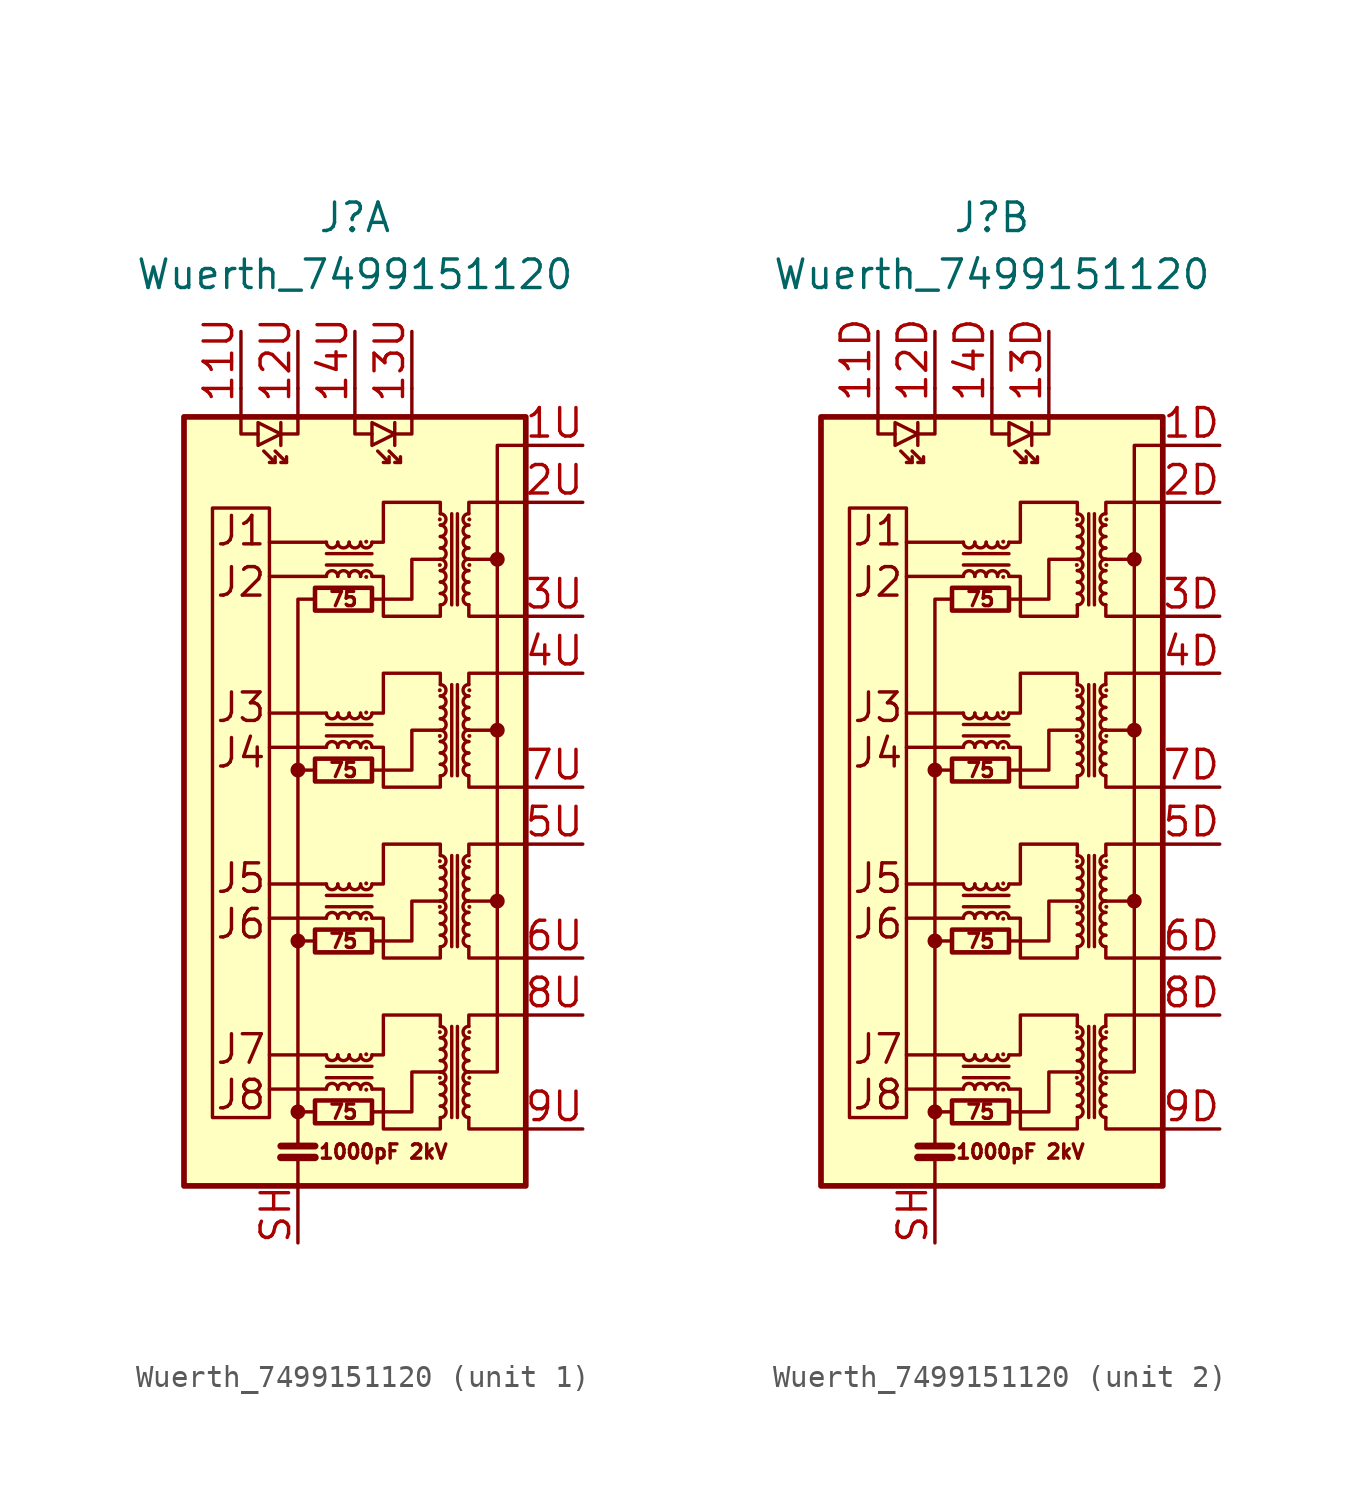
<source format=kicad_sym>
(kicad_symbol_lib
  (version 20200908)
  (generator kicad_symbol_editor)
  (symbol "Connector:Wuerth_7499151120"
    (pin_names
      (offset 0.025) hide)
    (property "Reference" "J"
      (at 0 25.4 0)
      (effects (font (size 1.27 1.27))))
    (property "Value" "Wuerth_7499151120"
      (at 0 22.86 0)
      (effects (font (size 1.27 1.27))))
    (property "ki_locked" ""
      (at 0 0 0)
      (effects (font (size 1.27 1.27))))
    (symbol "Wuerth_7499151120_0_1"
      (arc (start -0.762 -13.462) (end -1.27 -13.462) (radius (at -1.016 -13.462) (length 0.254) (angles 0.1 179.9)) (stroke (width 0)) (fill (type none)))
      (arc (start -1.27 -11.938) (end -0.762 -11.938) (radius (at -1.016 -11.938) (length 0.254) (angles -179.9 -0.1)) (stroke (width 0)) (fill (type none)))
      (arc (start -0.762 -5.842) (end -1.27 -5.842) (radius (at -1.016 -5.842) (length 0.254) (angles 0.1 179.9)) (stroke (width 0)) (fill (type none)))
      (arc (start -1.27 -4.318) (end -0.762 -4.318) (radius (at -1.016 -4.318) (length 0.254) (angles -179.9 -0.1)) (stroke (width 0)) (fill (type none)))
      (arc (start -0.762 1.778) (end -1.27 1.778) (radius (at -1.016 1.778) (length 0.254) (angles 0.1 179.9)) (stroke (width 0)) (fill (type none)))
      (arc (start -1.27 3.302) (end -0.762 3.302) (radius (at -1.016 3.302) (length 0.254) (angles -179.9 -0.1)) (stroke (width 0)) (fill (type none)))
      (arc (start -0.762 9.398) (end -1.27 9.398) (radius (at -1.016 9.398) (length 0.254) (angles 0.1 179.9)) (stroke (width 0)) (fill (type none)))
      (arc (start -1.27 10.922) (end -0.762 10.922) (radius (at -1.016 10.922) (length 0.254) (angles -179.9 -0.1)) (stroke (width 0)) (fill (type none)))
      (arc (start -0.254 -13.462) (end -0.762 -13.462) (radius (at -0.508 -13.462) (length 0.254) (angles 0.1 179.9)) (stroke (width 0)) (fill (type none)))
      (arc (start -0.762 -11.938) (end -0.254 -11.938) (radius (at -0.508 -11.938) (length 0.254) (angles -179.9 -0.1)) (stroke (width 0)) (fill (type none)))
      (arc (start -0.254 -5.842) (end -0.762 -5.842) (radius (at -0.508 -5.842) (length 0.254) (angles 0.1 179.9)) (stroke (width 0)) (fill (type none)))
      (arc (start -0.762 -4.318) (end -0.254 -4.318) (radius (at -0.508 -4.318) (length 0.254) (angles -179.9 -0.1)) (stroke (width 0)) (fill (type none)))
      (arc (start -0.254 1.778) (end -0.762 1.778) (radius (at -0.508 1.778) (length 0.254) (angles 0.1 179.9)) (stroke (width 0)) (fill (type none)))
      (arc (start -0.762 3.302) (end -0.254 3.302) (radius (at -0.508 3.302) (length 0.254) (angles -179.9 -0.1)) (stroke (width 0)) (fill (type none)))
      (arc (start -0.254 9.398) (end -0.762 9.398) (radius (at -0.508 9.398) (length 0.254) (angles 0.1 179.9)) (stroke (width 0)) (fill (type none)))
      (arc (start -0.762 10.922) (end -0.254 10.922) (radius (at -0.508 10.922) (length 0.254) (angles -179.9 -0.1)) (stroke (width 0)) (fill (type none)))
      (arc (start 0.254 -13.462) (end -0.254 -13.462) (radius (at 0 -13.462) (length 0.254) (angles 0.1 179.9)) (stroke (width 0)) (fill (type none)))
      (arc (start -0.254 -11.938) (end 0.254 -11.938) (radius (at 0 -11.938) (length 0.254) (angles -179.9 -0.1)) (stroke (width 0)) (fill (type none)))
      (arc (start 0.254 -5.842) (end -0.254 -5.842) (radius (at 0 -5.842) (length 0.254) (angles 0.1 179.9)) (stroke (width 0)) (fill (type none)))
      (arc (start -0.254 -4.318) (end 0.254 -4.318) (radius (at 0 -4.318) (length 0.254) (angles -179.9 -0.1)) (stroke (width 0)) (fill (type none)))
      (arc (start 0.254 1.778) (end -0.254 1.778) (radius (at 0 1.778) (length 0.254) (angles 0.1 179.9)) (stroke (width 0)) (fill (type none)))
      (arc (start -0.254 3.302) (end 0.254 3.302) (radius (at 0 3.302) (length 0.254) (angles -179.9 -0.1)) (stroke (width 0)) (fill (type none)))
      (arc (start 0.254 9.398) (end -0.254 9.398) (radius (at 0 9.398) (length 0.254) (angles 0.1 179.9)) (stroke (width 0)) (fill (type none)))
      (arc (start -0.254 10.922) (end 0.254 10.922) (radius (at 0 10.922) (length 0.254) (angles -179.9 -0.1)) (stroke (width 0)) (fill (type none)))
      (arc (start 0.762 -13.462) (end 0.254 -13.462) (radius (at 0.508 -13.462) (length 0.254) (angles 0.1 179.9)) (stroke (width 0)) (fill (type none)))
      (arc (start 0.254 -11.938) (end 0.762 -11.938) (radius (at 0.508 -11.938) (length 0.254) (angles -179.9 -0.1)) (stroke (width 0)) (fill (type none)))
      (arc (start 0.762 -5.842) (end 0.254 -5.842) (radius (at 0.508 -5.842) (length 0.254) (angles 0.1 179.9)) (stroke (width 0)) (fill (type none)))
      (arc (start 0.254 -4.318) (end 0.762 -4.318) (radius (at 0.508 -4.318) (length 0.254) (angles -179.9 -0.1)) (stroke (width 0)) (fill (type none)))
      (arc (start 0.762 1.778) (end 0.254 1.778) (radius (at 0.508 1.778) (length 0.254) (angles 0.1 179.9)) (stroke (width 0)) (fill (type none)))
      (arc (start 0.254 3.302) (end 0.762 3.302) (radius (at 0.508 3.302) (length 0.254) (angles -179.9 -0.1)) (stroke (width 0)) (fill (type none)))
      (arc (start 0.762 9.398) (end 0.254 9.398) (radius (at 0.508 9.398) (length 0.254) (angles 0.1 179.9)) (stroke (width 0)) (fill (type none)))
      (arc (start 0.254 10.922) (end 0.762 10.922) (radius (at 0.508 10.922) (length 0.254) (angles -179.9 -0.1)) (stroke (width 0)) (fill (type none)))
      (arc (start 3.81 -14.732) (end 3.81 -14.224) (radius (at 3.81 -14.478) (length 0.254) (angles -89.9 89.9)) (stroke (width 0)) (fill (type none)))
      (arc (start 3.81 -14.224) (end 3.81 -13.716) (radius (at 3.81 -13.97) (length 0.254) (angles -89.9 89.9)) (stroke (width 0)) (fill (type none)))
      (arc (start 3.81 -13.716) (end 3.81 -13.208) (radius (at 3.81 -13.462) (length 0.254) (angles -89.9 89.9)) (stroke (width 0)) (fill (type none)))
      (arc (start 3.81 -13.208) (end 3.81 -12.7) (radius (at 3.81 -12.954) (length 0.254) (angles -89.9 89.9)) (stroke (width 0)) (fill (type none)))
      (arc (start 3.81 -12.7) (end 3.81 -12.192) (radius (at 3.81 -12.446) (length 0.254) (angles -89.9 89.9)) (stroke (width 0)) (fill (type none)))
      (arc (start 3.81 -12.192) (end 3.81 -11.684) (radius (at 3.81 -11.938) (length 0.254) (angles -89.9 89.9)) (stroke (width 0)) (fill (type none)))
      (arc (start 3.81 -11.684) (end 3.81 -11.176) (radius (at 3.81 -11.43) (length 0.254) (angles -89.9 89.9)) (stroke (width 0)) (fill (type none)))
      (arc (start 3.81 -11.176) (end 3.81 -10.668) (radius (at 3.81 -10.922) (length 0.254) (angles -89.9 89.9)) (stroke (width 0)) (fill (type none)))
      (arc (start 3.81 -7.112) (end 3.81 -6.604) (radius (at 3.81 -6.858) (length 0.254) (angles -89.9 89.9)) (stroke (width 0)) (fill (type none)))
      (arc (start 3.81 -6.604) (end 3.81 -6.096) (radius (at 3.81 -6.35) (length 0.254) (angles -89.9 89.9)) (stroke (width 0)) (fill (type none)))
      (arc (start 3.81 -6.096) (end 3.81 -5.588) (radius (at 3.81 -5.842) (length 0.254) (angles -89.9 89.9)) (stroke (width 0)) (fill (type none)))
      (arc (start 3.81 -5.588) (end 3.81 -5.08) (radius (at 3.81 -5.334) (length 0.254) (angles -89.9 89.9)) (stroke (width 0)) (fill (type none)))
      (arc (start 3.81 -5.08) (end 3.81 -4.572) (radius (at 3.81 -4.826) (length 0.254) (angles -89.9 89.9)) (stroke (width 0)) (fill (type none)))
      (arc (start 3.81 -4.572) (end 3.81 -4.064) (radius (at 3.81 -4.318) (length 0.254) (angles -89.9 89.9)) (stroke (width 0)) (fill (type none)))
      (arc (start 3.81 -4.064) (end 3.81 -3.556) (radius (at 3.81 -3.81) (length 0.254) (angles -89.9 89.9)) (stroke (width 0)) (fill (type none)))
      (arc (start 3.81 -3.556) (end 3.81 -3.048) (radius (at 3.81 -3.302) (length 0.254) (angles -89.9 89.9)) (stroke (width 0)) (fill (type none)))
      (arc (start 3.81 0.508) (end 3.81 1.016) (radius (at 3.81 0.762) (length 0.254) (angles -89.9 89.9)) (stroke (width 0)) (fill (type none)))
      (arc (start 3.81 1.016) (end 3.81 1.524) (radius (at 3.81 1.27) (length 0.254) (angles -89.9 89.9)) (stroke (width 0)) (fill (type none)))
      (arc (start 3.81 1.524) (end 3.81 2.032) (radius (at 3.81 1.778) (length 0.254) (angles -89.9 89.9)) (stroke (width 0)) (fill (type none)))
      (arc (start 3.81 2.032) (end 3.81 2.54) (radius (at 3.81 2.286) (length 0.254) (angles -89.9 89.9)) (stroke (width 0)) (fill (type none)))
      (arc (start 3.81 2.54) (end 3.81 3.048) (radius (at 3.81 2.794) (length 0.254) (angles -89.9 89.9)) (stroke (width 0)) (fill (type none)))
      (arc (start 3.81 3.048) (end 3.81 3.556) (radius (at 3.81 3.302) (length 0.254) (angles -89.9 89.9)) (stroke (width 0)) (fill (type none)))
      (arc (start 3.81 3.556) (end 3.81 4.064) (radius (at 3.81 3.81) (length 0.254) (angles -89.9 89.9)) (stroke (width 0)) (fill (type none)))
      (arc (start 3.81 4.064) (end 3.81 4.572) (radius (at 3.81 4.318) (length 0.254) (angles -89.9 89.9)) (stroke (width 0)) (fill (type none)))
      (arc (start 3.81 8.128) (end 3.81 8.636) (radius (at 3.81 8.382) (length 0.254) (angles -89.9 89.9)) (stroke (width 0)) (fill (type none)))
      (arc (start 3.81 8.636) (end 3.81 9.144) (radius (at 3.81 8.89) (length 0.254) (angles -89.9 89.9)) (stroke (width 0)) (fill (type none)))
      (arc (start 3.81 9.144) (end 3.81 9.652) (radius (at 3.81 9.398) (length 0.254) (angles -89.9 89.9)) (stroke (width 0)) (fill (type none)))
      (arc (start 3.81 9.652) (end 3.81 10.16) (radius (at 3.81 9.906) (length 0.254) (angles -89.9 89.9)) (stroke (width 0)) (fill (type none)))
      (arc (start 3.81 10.16) (end 3.81 10.668) (radius (at 3.81 10.414) (length 0.254) (angles -89.9 89.9)) (stroke (width 0)) (fill (type none)))
      (arc (start 3.81 10.668) (end 3.81 11.176) (radius (at 3.81 10.922) (length 0.254) (angles -89.9 89.9)) (stroke (width 0)) (fill (type none)))
      (arc (start 3.81 11.176) (end 3.81 11.684) (radius (at 3.81 11.43) (length 0.254) (angles -89.9 89.9)) (stroke (width 0)) (fill (type none)))
      (arc (start 3.81 11.684) (end 3.81 12.192) (radius (at 3.81 11.938) (length 0.254) (angles -89.9 89.9)) (stroke (width 0)) (fill (type none)))
      (arc (start 5.08 -14.224) (end 5.08 -14.732) (radius (at 5.08 -14.478) (length 0.254) (angles 90.1 -90.1)) (stroke (width 0)) (fill (type none)))
      (arc (start 5.08 -13.716) (end 5.08 -14.224) (radius (at 5.08 -13.97) (length 0.254) (angles 90.1 -90.1)) (stroke (width 0)) (fill (type none)))
      (arc (start 5.08 -13.208) (end 5.08 -13.716) (radius (at 5.08 -13.462) (length 0.254) (angles 90.1 -90.1)) (stroke (width 0)) (fill (type none)))
      (arc (start 5.08 -12.7) (end 5.08 -13.208) (radius (at 5.08 -12.954) (length 0.254) (angles 90.1 -90.1)) (stroke (width 0)) (fill (type none)))
      (arc (start 5.08 -12.192) (end 5.08 -12.7) (radius (at 5.08 -12.446) (length 0.254) (angles 90.1 -90.1)) (stroke (width 0)) (fill (type none)))
      (arc (start 5.08 -11.684) (end 5.08 -12.192) (radius (at 5.08 -11.938) (length 0.254) (angles 90.1 -90.1)) (stroke (width 0)) (fill (type none)))
      (arc (start 5.08 -11.176) (end 5.08 -11.684) (radius (at 5.08 -11.43) (length 0.254) (angles 90.1 -90.1)) (stroke (width 0)) (fill (type none)))
      (arc (start 5.08 -10.668) (end 5.08 -11.176) (radius (at 5.08 -10.922) (length 0.254) (angles 90.1 -90.1)) (stroke (width 0)) (fill (type none)))
      (arc (start 5.08 -6.604) (end 5.08 -7.112) (radius (at 5.08 -6.858) (length 0.254) (angles 90.1 -90.1)) (stroke (width 0)) (fill (type none)))
      (arc (start 5.08 -6.096) (end 5.08 -6.604) (radius (at 5.08 -6.35) (length 0.254) (angles 90.1 -90.1)) (stroke (width 0)) (fill (type none)))
      (arc (start 5.08 -5.588) (end 5.08 -6.096) (radius (at 5.08 -5.842) (length 0.254) (angles 90.1 -90.1)) (stroke (width 0)) (fill (type none)))
      (arc (start 5.08 -5.08) (end 5.08 -5.588) (radius (at 5.08 -5.334) (length 0.254) (angles 90.1 -90.1)) (stroke (width 0)) (fill (type none)))
      (arc (start 5.08 -4.572) (end 5.08 -5.08) (radius (at 5.08 -4.826) (length 0.254) (angles 90.1 -90.1)) (stroke (width 0)) (fill (type none)))
      (arc (start 5.08 -4.064) (end 5.08 -4.572) (radius (at 5.08 -4.318) (length 0.254) (angles 90.1 -90.1)) (stroke (width 0)) (fill (type none)))
      (arc (start 5.08 -3.556) (end 5.08 -4.064) (radius (at 5.08 -3.81) (length 0.254) (angles 90.1 -90.1)) (stroke (width 0)) (fill (type none)))
      (arc (start 5.08 -3.048) (end 5.08 -3.556) (radius (at 5.08 -3.302) (length 0.254) (angles 90.1 -90.1)) (stroke (width 0)) (fill (type none)))
      (arc (start 5.08 1.016) (end 5.08 0.508) (radius (at 5.08 0.762) (length 0.254) (angles 90.1 -90.1)) (stroke (width 0)) (fill (type none)))
      (arc (start 5.08 1.524) (end 5.08 1.016) (radius (at 5.08 1.27) (length 0.254) (angles 90.1 -90.1)) (stroke (width 0)) (fill (type none)))
      (arc (start 5.08 2.032) (end 5.08 1.524) (radius (at 5.08 1.778) (length 0.254) (angles 90.1 -90.1)) (stroke (width 0)) (fill (type none)))
      (arc (start 5.08 2.54) (end 5.08 2.032) (radius (at 5.08 2.286) (length 0.254) (angles 90.1 -90.1)) (stroke (width 0)) (fill (type none)))
      (arc (start 5.08 3.048) (end 5.08 2.54) (radius (at 5.08 2.794) (length 0.254) (angles 90.1 -90.1)) (stroke (width 0)) (fill (type none)))
      (arc (start 5.08 3.556) (end 5.08 3.048) (radius (at 5.08 3.302) (length 0.254) (angles 90.1 -90.1)) (stroke (width 0)) (fill (type none)))
      (arc (start 5.08 4.064) (end 5.08 3.556) (radius (at 5.08 3.81) (length 0.254) (angles 90.1 -90.1)) (stroke (width 0)) (fill (type none)))
      (arc (start 5.08 4.572) (end 5.08 4.064) (radius (at 5.08 4.318) (length 0.254) (angles 90.1 -90.1)) (stroke (width 0)) (fill (type none)))
      (arc (start 5.08 8.636) (end 5.08 8.128) (radius (at 5.08 8.382) (length 0.254) (angles 90.1 -90.1)) (stroke (width 0)) (fill (type none)))
      (arc (start 5.08 9.144) (end 5.08 8.636) (radius (at 5.08 8.89) (length 0.254) (angles 90.1 -90.1)) (stroke (width 0)) (fill (type none)))
      (arc (start 5.08 9.652) (end 5.08 9.144) (radius (at 5.08 9.398) (length 0.254) (angles 90.1 -90.1)) (stroke (width 0)) (fill (type none)))
      (arc (start 5.08 10.16) (end 5.08 9.652) (radius (at 5.08 9.906) (length 0.254) (angles 90.1 -90.1)) (stroke (width 0)) (fill (type none)))
      (arc (start 5.08 10.668) (end 5.08 10.16) (radius (at 5.08 10.414) (length 0.254) (angles 90.1 -90.1)) (stroke (width 0)) (fill (type none)))
      (arc (start 5.08 11.176) (end 5.08 10.668) (radius (at 5.08 10.922) (length 0.254) (angles 90.1 -90.1)) (stroke (width 0)) (fill (type none)))
      (arc (start 5.08 11.684) (end 5.08 11.176) (radius (at 5.08 11.43) (length 0.254) (angles 90.1 -90.1)) (stroke (width 0)) (fill (type none)))
      (arc (start 5.08 12.192) (end 5.08 11.684) (radius (at 5.08 11.938) (length 0.254) (angles 90.1 -90.1)) (stroke (width 0)) (fill (type none)))
      (circle (center -2.54 -14.478) (radius 0.254) (stroke (width 0)) (fill (type outline)))
      (circle (center -2.54 -6.858) (radius 0.254) (stroke (width 0)) (fill (type outline)))
      (circle (center -2.54 0.762) (radius 0.254) (stroke (width 0)) (fill (type outline)))
      (circle (center 0.508 -13.487) (radius 0.076) (stroke (width 0.025)) (fill (type outline)))
      (circle (center 0.508 -11.913) (radius 0.076) (stroke (width 0.025)) (fill (type outline)))
      (circle (center 0.508 -5.867) (radius 0.076) (stroke (width 0.025)) (fill (type outline)))
      (circle (center 0.508 -4.293) (radius 0.076) (stroke (width 0.025)) (fill (type outline)))
      (circle (center 0.508 1.753) (radius 0.076) (stroke (width 0.025)) (fill (type outline)))
      (circle (center 0.508 3.327) (radius 0.076) (stroke (width 0.025)) (fill (type outline)))
      (circle (center 0.508 9.373) (radius 0.076) (stroke (width 0.025)) (fill (type outline)))
      (circle (center 0.508 10.947) (radius 0.076) (stroke (width 0.025)) (fill (type outline)))
      (circle (center 3.785 -12.954) (radius 0.076) (stroke (width 0.025)) (fill (type outline)))
      (circle (center 3.785 -10.922) (radius 0.076) (stroke (width 0.025)) (fill (type outline)))
      (circle (center 3.785 -5.334) (radius 0.076) (stroke (width 0.025)) (fill (type outline)))
      (circle (center 3.785 -3.302) (radius 0.076) (stroke (width 0.025)) (fill (type outline)))
      (circle (center 3.785 2.286) (radius 0.076) (stroke (width 0.025)) (fill (type outline)))
      (circle (center 3.785 4.318) (radius 0.076) (stroke (width 0.025)) (fill (type outline)))
      (circle (center 3.785 9.906) (radius 0.076) (stroke (width 0.025)) (fill (type outline)))
      (circle (center 3.785 11.938) (radius 0.076) (stroke (width 0.025)) (fill (type outline)))
      (circle (center 5.105 -12.954) (radius 0.076) (stroke (width 0.025)) (fill (type outline)))
      (circle (center 5.105 -10.922) (radius 0.076) (stroke (width 0.025)) (fill (type outline)))
      (circle (center 5.105 -5.334) (radius 0.076) (stroke (width 0.025)) (fill (type outline)))
      (circle (center 5.105 -3.302) (radius 0.076) (stroke (width 0.025)) (fill (type outline)))
      (circle (center 5.105 2.286) (radius 0.076) (stroke (width 0.025)) (fill (type outline)))
      (circle (center 5.105 4.318) (radius 0.076) (stroke (width 0.025)) (fill (type outline)))
      (circle (center 5.105 9.906) (radius 0.076) (stroke (width 0.025)) (fill (type outline)))
      (circle (center 5.105 11.938) (radius 0.076) (stroke (width 0.025)) (fill (type outline)))
      (circle (center 6.35 -5.08) (radius 0.254) (stroke (width 0)) (fill (type outline)))
      (circle (center 6.35 2.54) (radius 0.254) (stroke (width 0)) (fill (type outline)))
      (circle (center 6.35 10.16) (radius 0.254) (stroke (width 0)) (fill (type outline)))
      (rectangle (start -3.81 -14.732) (end -6.35 12.446) (stroke (width 0)) (fill (type none)))
      (rectangle (start -1.778 -14.986) (end 0.762 -13.97) (stroke (width 0.203)) (fill (type none)))
      (rectangle (start -1.778 -7.366) (end 0.762 -6.35) (stroke (width 0.203)) (fill (type none)))
      (rectangle (start -1.778 0.254) (end 0.762 1.27) (stroke (width 0.203)) (fill (type none)))
      (rectangle (start -1.778 7.874) (end 0.762 8.89) (stroke (width 0.203)) (fill (type none)))
      (rectangle (start 7.62 16.51) (end -7.62 -17.78) (stroke (width 0.254)) (fill (type background)))
      (polyline (pts (xy -3.556 14.478) (xy -4.064 14.986)) (stroke (width 0)) (fill (type none)))
      (polyline (pts (xy -3.302 -16.51) (xy -1.778 -16.51)) (stroke (width 0.33)) (fill (type none)))
      (polyline (pts (xy -3.302 -16.002) (xy -1.778 -16.002)) (stroke (width 0.305)) (fill (type none)))
      (polyline (pts (xy -3.302 16.256) (xy -3.302 15.24)) (stroke (width 0)) (fill (type none)))
      (polyline (pts (xy -3.048 14.478) (xy -3.556 14.986)) (stroke (width 0)) (fill (type none)))
      (polyline (pts (xy -2.54 -17.78) (xy -2.54 -16.51)) (stroke (width 0)) (fill (type none)))
      (polyline (pts (xy -2.54 0.762) (xy -1.778 0.762)) (stroke (width 0)) (fill (type none)))
      (polyline (pts (xy -1.778 -6.858) (xy -2.54 -6.858)) (stroke (width 0)) (fill (type none)))
      (polyline (pts (xy -1.27 -12.954) (xy 0.762 -12.954)) (stroke (width 0)) (fill (type none)))
      (polyline (pts (xy -1.27 -5.334) (xy 0.762 -5.334)) (stroke (width 0)) (fill (type none)))
      (polyline (pts (xy -1.27 2.286) (xy 0.762 2.286)) (stroke (width 0)) (fill (type none)))
      (polyline (pts (xy -1.27 9.906) (xy 0.762 9.906)) (stroke (width 0)) (fill (type none)))
      (polyline (pts (xy 0.762 -12.446) (xy -1.27 -12.446)) (stroke (width 0)) (fill (type none)))
      (polyline (pts (xy 0.762 -4.826) (xy -1.27 -4.826)) (stroke (width 0)) (fill (type none)))
      (polyline (pts (xy 0.762 2.794) (xy -1.27 2.794)) (stroke (width 0)) (fill (type none)))
      (polyline (pts (xy 0.762 10.414) (xy -1.27 10.414)) (stroke (width 0)) (fill (type none)))
      (polyline (pts (xy 1.524 14.478) (xy 1.016 14.986)) (stroke (width 0)) (fill (type none)))
      (polyline (pts (xy 1.778 16.256) (xy 1.778 15.24)) (stroke (width 0)) (fill (type none)))
      (polyline (pts (xy 2.032 14.478) (xy 1.524 14.986)) (stroke (width 0)) (fill (type none)))
      (polyline (pts (xy 4.318 -10.668) (xy 4.318 -14.732)) (stroke (width 0)) (fill (type none)))
      (polyline (pts (xy 4.318 -3.048) (xy 4.318 -7.112)) (stroke (width 0)) (fill (type none)))
      (polyline (pts (xy 4.318 4.572) (xy 4.318 0.508)) (stroke (width 0)) (fill (type none)))
      (polyline (pts (xy 4.318 12.192) (xy 4.318 8.128)) (stroke (width 0)) (fill (type none)))
      (polyline (pts (xy 4.572 -14.732) (xy 4.572 -10.668)) (stroke (width 0)) (fill (type none)))
      (polyline (pts (xy 4.572 -7.112) (xy 4.572 -3.048)) (stroke (width 0)) (fill (type none)))
      (polyline (pts (xy 4.572 0.508) (xy 4.572 4.572)) (stroke (width 0)) (fill (type none)))
      (polyline (pts (xy 4.572 8.128) (xy 4.572 12.192)) (stroke (width 0)) (fill (type none)))
      (polyline (pts (xy -5.08 17.78) (xy -5.08 15.748) (xy -4.318 15.748)) (stroke (width 0)) (fill (type none)))
      (polyline (pts (xy -3.556 14.732) (xy -3.556 14.478) (xy -3.81 14.478)) (stroke (width 0)) (fill (type none)))
      (polyline (pts (xy -3.048 14.732) (xy -3.048 14.478) (xy -3.302 14.478)) (stroke (width 0)) (fill (type none)))
      (polyline (pts (xy -2.54 -16.002) (xy -2.54 8.382) (xy -1.778 8.382)) (stroke (width 0)) (fill (type none)))
      (polyline (pts (xy -2.54 17.78) (xy -2.54 15.748) (xy -3.302 15.748)) (stroke (width 0)) (fill (type none)))
      (polyline (pts (xy 0 17.78) (xy 0 15.748) (xy 0.762 15.748)) (stroke (width 0)) (fill (type none)))
      (polyline (pts (xy 1.524 14.732) (xy 1.524 14.478) (xy 1.27 14.478)) (stroke (width 0)) (fill (type none)))
      (polyline (pts (xy 2.032 14.732) (xy 2.032 14.478) (xy 1.778 14.478)) (stroke (width 0)) (fill (type none)))
      (polyline (pts (xy 2.54 17.78) (xy 2.54 15.748) (xy 1.778 15.748)) (stroke (width 0)) (fill (type none)))
      (polyline (pts (xy 5.08 -14.732) (xy 5.08 -15.24) (xy 7.62 -15.24)) (stroke (width 0)) (fill (type none)))
      (polyline (pts (xy 5.08 -10.668) (xy 5.08 -10.16) (xy 7.62 -10.16)) (stroke (width 0)) (fill (type none)))
      (polyline (pts (xy 5.08 -7.112) (xy 5.08 -7.62) (xy 7.62 -7.62)) (stroke (width 0)) (fill (type none)))
      (polyline (pts (xy 5.08 -3.048) (xy 5.08 -2.54) (xy 7.62 -2.54)) (stroke (width 0)) (fill (type none)))
      (polyline (pts (xy 5.08 0.508) (xy 5.08 0) (xy 7.62 0)) (stroke (width 0)) (fill (type none)))
      (polyline (pts (xy 5.08 4.572) (xy 5.08 5.08) (xy 7.62 5.08)) (stroke (width 0)) (fill (type none)))
      (polyline (pts (xy 5.08 8.128) (xy 5.08 7.62) (xy 7.62 7.62)) (stroke (width 0)) (fill (type none)))
      (polyline (pts (xy 5.08 12.192) (xy 5.08 12.7) (xy 7.62 12.7)) (stroke (width 0)) (fill (type none)))
      (polyline (pts (xy -3.302 15.748) (xy -4.318 16.256) (xy -4.318 15.24) (xy -3.302 15.748)) (stroke (width 0)) (fill (type none)))
      (polyline (pts (xy 1.778 15.748) (xy 0.762 16.256) (xy 0.762 15.24) (xy 1.778 15.748)) (stroke (width 0)) (fill (type none)))
      (polyline (pts (xy 7.62 15.24) (xy 6.35 15.24) (xy 6.35 -12.7) (xy 5.08 -12.7)) (stroke (width 0)) (fill (type none)))
      (polyline (pts (xy 0.762 -11.938) (xy 1.27 -11.938) (xy 1.27 -10.16) (xy 3.81 -10.16) (xy 3.81 -10.668)) (stroke (width 0)) (fill (type none)))
      (polyline (pts (xy 0.762 -4.318) (xy 1.27 -4.318) (xy 1.27 -2.54) (xy 3.81 -2.54) (xy 3.81 -3.048)) (stroke (width 0)) (fill (type none)))
      (polyline (pts (xy 0.762 3.302) (xy 1.27 3.302) (xy 1.27 5.08) (xy 3.81 5.08) (xy 3.81 4.572)) (stroke (width 0)) (fill (type none)))
      (polyline (pts (xy 0.762 10.922) (xy 1.27 10.922) (xy 1.27 12.7) (xy 3.81 12.7) (xy 3.81 12.192)) (stroke (width 0)) (fill (type none)))
      (polyline (pts (xy 3.81 -14.732) (xy 3.81 -15.24) (xy 1.27 -15.24) (xy 1.27 -13.462) (xy 0.762 -13.462)) (stroke (width 0)) (fill (type none)))
      (polyline (pts (xy 3.81 -7.112) (xy 3.81 -7.62) (xy 1.27 -7.62) (xy 1.27 -5.842) (xy 0.762 -5.842)) (stroke (width 0)) (fill (type none)))
      (polyline (pts (xy 3.81 0.508) (xy 3.81 0) (xy 1.27 0) (xy 1.27 1.778) (xy 0.762 1.778)) (stroke (width 0)) (fill (type none)))
      (polyline (pts (xy 3.81 8.128) (xy 3.81 7.62) (xy 1.27 7.62) (xy 1.27 9.398) (xy 0.762 9.398)) (stroke (width 0)) (fill (type none)))
      (pin power_in line (at -2.54 -20.32 90) (length 2.54) (name "~" (effects (font (size 1.27 1.27)))) (number "SH" (effects (font (size 1.27 1.27))))))
    (symbol "Wuerth_7499151120_0_0"
      (text "1000pF 2kV" (at 1.27 -16.256 0) (effects (font (size 0.635 0.635))))
      (text "75" (at -0.508 -14.478 0) (effects (font (size 0.635 0.635))))
      (text "75" (at -0.508 -6.858 0) (effects (font (size 0.635 0.635))))
      (text "75" (at -0.508 0.762 0) (effects (font (size 0.635 0.635))))
      (text "75" (at -0.508 8.382 0) (effects (font (size 0.635 0.635))))
      (text "J1" (at -5.08 11.43 0) (effects (font (size 1.27 1.27))))
      (text "J2" (at -5.08 9.144 0) (effects (font (size 1.27 1.27))))
      (text "J3" (at -5.08 3.556 0) (effects (font (size 1.27 1.27))))
      (text "J4" (at -5.08 1.524 0) (effects (font (size 1.27 1.27))))
      (text "J5" (at -5.08 -4.064 0) (effects (font (size 1.27 1.27))))
      (text "J6" (at -5.08 -6.096 0) (effects (font (size 1.27 1.27))))
      (text "J7" (at -5.08 -11.684 0) (effects (font (size 1.27 1.27))))
      (text "J8" (at -5.08 -13.716 0) (effects (font (size 1.27 1.27))))
      (polyline (pts (xy -1.778 -14.478) (xy -2.54 -14.478)) (stroke (width 0)) (fill (type none)))
      (polyline (pts (xy -1.27 -13.462) (xy -3.81 -13.462)) (stroke (width 0)) (fill (type none)))
      (polyline (pts (xy -1.27 -11.938) (xy -3.81 -11.938)) (stroke (width 0)) (fill (type none)))
      (polyline (pts (xy -1.27 -5.842) (xy -3.81 -5.842)) (stroke (width 0)) (fill (type none)))
      (polyline (pts (xy -1.27 -4.318) (xy -3.81 -4.318)) (stroke (width 0)) (fill (type none)))
      (polyline (pts (xy -1.27 1.778) (xy -3.81 1.778)) (stroke (width 0)) (fill (type none)))
      (polyline (pts (xy -1.27 3.302) (xy -3.81 3.302)) (stroke (width 0)) (fill (type none)))
      (polyline (pts (xy -1.27 9.398) (xy -3.81 9.398)) (stroke (width 0)) (fill (type none)))
      (polyline (pts (xy -1.27 10.922) (xy -3.81 10.922)) (stroke (width 0)) (fill (type none)))
      (polyline (pts (xy 5.08 2.54) (xy 6.35 2.54)) (stroke (width 0)) (fill (type none)))
      (polyline (pts (xy 6.35 -5.08) (xy 5.08 -5.08)) (stroke (width 0)) (fill (type none)))
      (polyline (pts (xy 6.35 10.16) (xy 5.08 10.16)) (stroke (width 0)) (fill (type none)))
      (polyline (pts (xy 0.762 -14.478) (xy 2.54 -14.478) (xy 2.54 -12.7) (xy 3.81 -12.7)) (stroke (width 0)) (fill (type none)))
      (polyline (pts (xy 0.762 -6.858) (xy 2.54 -6.858) (xy 2.54 -5.08) (xy 3.81 -5.08)) (stroke (width 0)) (fill (type none)))
      (polyline (pts (xy 0.762 0.762) (xy 2.54 0.762) (xy 2.54 2.54) (xy 3.81 2.54)) (stroke (width 0)) (fill (type none)))
      (polyline (pts (xy 0.762 8.382) (xy 2.54 8.382) (xy 2.54 10.16) (xy 3.81 10.16)) (stroke (width 0)) (fill (type none))))
    (symbol "Wuerth_7499151120_1_1"
      (pin unconnected line (at 0 -17.78 90) (length 2.54) hide (name "~" (effects (font (size 1.27 1.27)))) (number "10U" (effects (font (size 1.27 1.27)))))
      (pin passive line (at -5.08 20.32 270) (length 2.54) (name "~" (effects (font (size 1.27 1.27)))) (number "11U" (effects (font (size 1.27 1.27)))))
      (pin passive line (at -2.54 20.32 270) (length 2.54) (name "~" (effects (font (size 1.27 1.27)))) (number "12U" (effects (font (size 1.27 1.27)))))
      (pin passive line (at 2.54 20.32 270) (length 2.54) (name "~" (effects (font (size 1.27 1.27)))) (number "13U" (effects (font (size 1.27 1.27)))))
      (pin passive line (at 0 20.32 270) (length 2.54) (name "~" (effects (font (size 1.27 1.27)))) (number "14U" (effects (font (size 1.27 1.27)))))
      (pin passive line (at 10.16 15.24 180) (length 2.54) (name "~" (effects (font (size 1.27 1.27)))) (number "1U" (effects (font (size 1.27 1.27)))))
      (pin passive line (at 10.16 12.7 180) (length 2.54) (name "~" (effects (font (size 1.27 1.27)))) (number "2U" (effects (font (size 1.27 1.27)))))
      (pin passive line (at 10.16 7.62 180) (length 2.54) (name "~" (effects (font (size 1.27 1.27)))) (number "3U" (effects (font (size 1.27 1.27)))))
      (pin passive line (at 10.16 5.08 180) (length 2.54) (name "~" (effects (font (size 1.27 1.27)))) (number "4U" (effects (font (size 1.27 1.27)))))
      (pin passive line (at 10.16 -2.54 180) (length 2.54) (name "~" (effects (font (size 1.27 1.27)))) (number "5U" (effects (font (size 1.27 1.27)))))
      (pin passive line (at 10.16 -7.62 180) (length 2.54) (name "~" (effects (font (size 1.27 1.27)))) (number "6U" (effects (font (size 1.27 1.27)))))
      (pin passive line (at 10.16 0 180) (length 2.54) (name "~" (effects (font (size 1.27 1.27)))) (number "7U" (effects (font (size 1.27 1.27)))))
      (pin passive line (at 10.16 -10.16 180) (length 2.54) (name "~" (effects (font (size 1.27 1.27)))) (number "8U" (effects (font (size 1.27 1.27)))))
      (pin passive line (at 10.16 -15.24 180) (length 2.54) (name "~" (effects (font (size 1.27 1.27)))) (number "9U" (effects (font (size 1.27 1.27))))))
    (symbol "Wuerth_7499151120_2_1"
      (pin unconnected line (at 0 -17.78 90) (length 2.54) hide (name "~" (effects (font (size 1.27 1.27)))) (number "10D" (effects (font (size 1.27 1.27)))))
      (pin passive line (at -5.08 20.32 270) (length 2.54) (name "~" (effects (font (size 1.27 1.27)))) (number "11D" (effects (font (size 1.27 1.27)))))
      (pin passive line (at -2.54 20.32 270) (length 2.54) (name "~" (effects (font (size 1.27 1.27)))) (number "12D" (effects (font (size 1.27 1.27)))))
      (pin passive line (at 2.54 20.32 270) (length 2.54) (name "~" (effects (font (size 1.27 1.27)))) (number "13D" (effects (font (size 1.27 1.27)))))
      (pin passive line (at 0 20.32 270) (length 2.54) (name "~" (effects (font (size 1.27 1.27)))) (number "14D" (effects (font (size 1.27 1.27)))))
      (pin passive line (at 10.16 15.24 180) (length 2.54) (name "~" (effects (font (size 1.27 1.27)))) (number "1D" (effects (font (size 1.27 1.27)))))
      (pin passive line (at 10.16 12.7 180) (length 2.54) (name "~" (effects (font (size 1.27 1.27)))) (number "2D" (effects (font (size 1.27 1.27)))))
      (pin passive line (at 10.16 7.62 180) (length 2.54) (name "~" (effects (font (size 1.27 1.27)))) (number "3D" (effects (font (size 1.27 1.27)))))
      (pin passive line (at 10.16 5.08 180) (length 2.54) (name "~" (effects (font (size 1.27 1.27)))) (number "4D" (effects (font (size 1.27 1.27)))))
      (pin passive line (at 10.16 -2.54 180) (length 2.54) (name "~" (effects (font (size 1.27 1.27)))) (number "5D" (effects (font (size 1.27 1.27)))))
      (pin passive line (at 10.16 -7.62 180) (length 2.54) (name "~" (effects (font (size 1.27 1.27)))) (number "6D" (effects (font (size 1.27 1.27)))))
      (pin passive line (at 10.16 0 180) (length 2.54) (name "~" (effects (font (size 1.27 1.27)))) (number "7D" (effects (font (size 1.27 1.27)))))
      (pin passive line (at 10.16 -10.16 180) (length 2.54) (name "~" (effects (font (size 1.27 1.27)))) (number "8D" (effects (font (size 1.27 1.27)))))
      (pin passive line (at 10.16 -15.24 180) (length 2.54) (name "~" (effects (font (size 1.27 1.27)))) (number "9D" (effects (font (size 1.27 1.27))))))))
</source>
